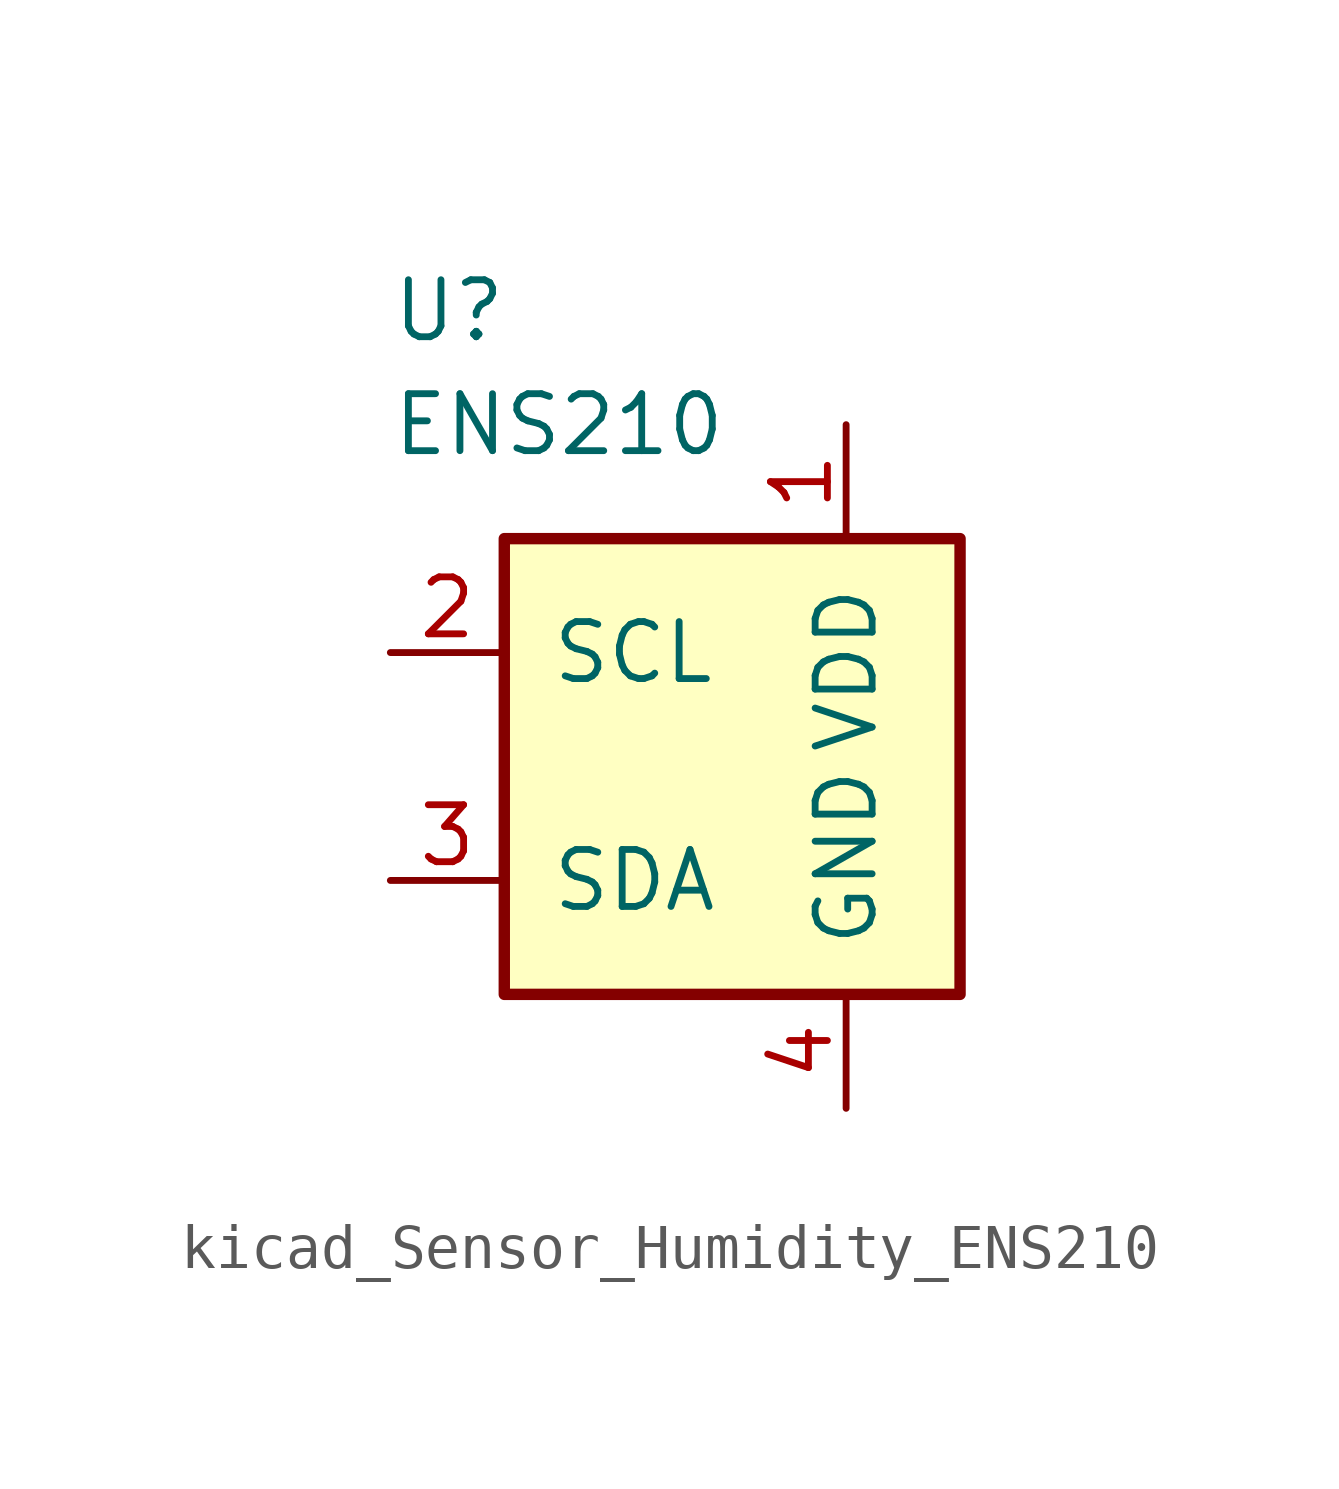
<source format=kicad_sym>
(kicad_symbol_lib
  (version 20220914)
  (generator kicad_symbol_editor)
  (symbol "kicad_Sensor_Humidity_ENS210"
    (pin_names
      (offset 1.016))
    (property "Reference" "U"
      (at -7.62 10.16 0)
      (effects (font (size 1.27 1.27)) (justify left)))
    (property "Value" "ENS210"
      (at -7.62 7.62 0)
      (effects (font (size 1.27 1.27)) (justify left)))
    (symbol "kicad_Sensor_Humidity_ENS210_0_1"
      (rectangle (start -5.08 5.08) (end 5.08 -5.08) (stroke (width 0.254) (type default)) (fill (type background))))
    (symbol "kicad_Sensor_Humidity_ENS210_1_1"
      (pin power_in line (at 2.54 7.62 270) (length 2.54) (name "VDD" (effects (font (size 1.27 1.27)))) (number "1" (effects (font (size 1.27 1.27)))))
      (pin input line (at -7.62 2.54 0) (length 2.54) (name "SCL" (effects (font (size 1.27 1.27)))) (number "2" (effects (font (size 1.27 1.27)))))
      (pin bidirectional line (at -7.62 -2.54 0) (length 2.54) (name "SDA" (effects (font (size 1.27 1.27)))) (number "3" (effects (font (size 1.27 1.27)))))
      (pin power_in line (at 2.54 -7.62 90) (length 2.54) (name "GND" (effects (font (size 1.27 1.27)))) (number "4" (effects (font (size 1.27 1.27)))))
      (pin passive line (at 2.54 -7.62 90) (length 2.54) hide (name "GND" (effects (font (size 1.27 1.27)))) (number "5" (effects (font (size 1.27 1.27))))))))
</source>
